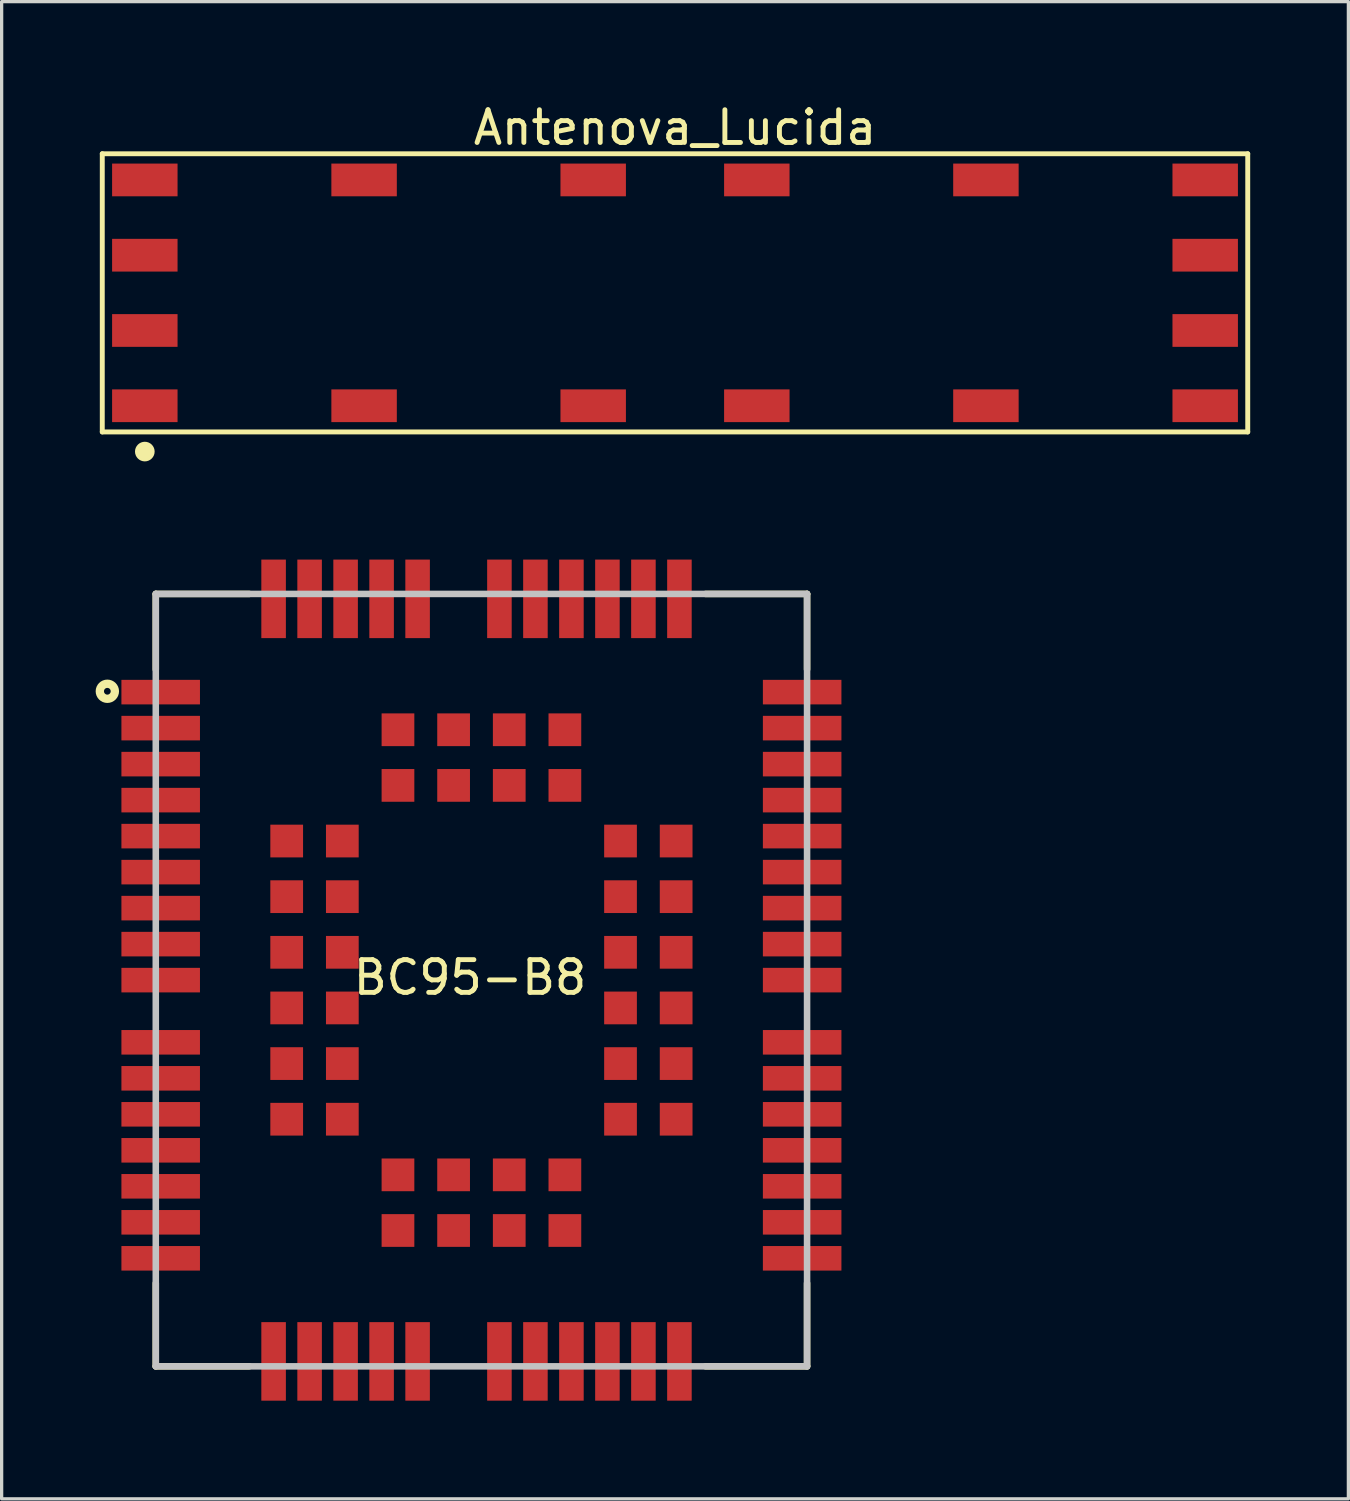
<source format=kicad_pcb>
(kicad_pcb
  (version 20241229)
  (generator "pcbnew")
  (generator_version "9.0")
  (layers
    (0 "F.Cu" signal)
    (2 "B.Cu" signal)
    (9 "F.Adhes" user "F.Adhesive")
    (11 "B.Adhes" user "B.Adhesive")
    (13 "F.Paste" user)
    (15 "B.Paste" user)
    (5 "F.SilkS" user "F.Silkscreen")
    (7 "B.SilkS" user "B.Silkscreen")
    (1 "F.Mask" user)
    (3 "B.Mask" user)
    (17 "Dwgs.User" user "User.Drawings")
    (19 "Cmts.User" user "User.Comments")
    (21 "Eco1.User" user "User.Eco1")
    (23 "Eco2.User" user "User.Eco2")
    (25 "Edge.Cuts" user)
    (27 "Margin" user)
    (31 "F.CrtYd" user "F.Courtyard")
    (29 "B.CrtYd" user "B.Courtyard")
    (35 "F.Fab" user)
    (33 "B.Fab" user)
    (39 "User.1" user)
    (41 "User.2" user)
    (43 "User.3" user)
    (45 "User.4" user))
  (footprint "BC95-B8"
    (layer "F.Cu")
    (at 11.66 15.098)
    (property "Reference" "BC95-B8" (at -0.349 11.719 0) (layer "F.SilkS") (effects (font (size 1 1) (thickness 0.15))))
    (attr smd)
    (fp_line (start -9.95 0) (end -9.95 2.308) (stroke (width 0.2) (type solid)) (layer "F.SilkS"))
    (fp_line (start -9.95 0) (end -7.095 0) (stroke (width 0.2) (type solid)) (layer "F.SilkS"))
    (fp_line (start -9.95 23.6) (end -9.95 21.059) (stroke (width 0.2) (type solid)) (layer "F.SilkS"))
    (fp_line (start -9.95 23.6) (end -7.095 23.6) (stroke (width 0.2) (type solid)) (layer "F.SilkS"))
    (fp_line (start 9.95 0) (end 6.85 0) (stroke (width 0.2) (type solid)) (layer "F.SilkS"))
    (fp_line (start 9.95 0) (end 9.95 2.308) (stroke (width 0.2) (type solid)) (layer "F.SilkS"))
    (fp_line (start 9.95 23.6) (end 6.85 23.6) (stroke (width 0.2) (type solid)) (layer "F.SilkS"))
    (fp_line (start 9.95 23.6) (end 9.95 21.059) (stroke (width 0.2) (type solid)) (layer "F.SilkS"))
    (fp_circle (center -11.43 2.974) (end -11.533 2.974) (stroke (width 0.254) (type solid)) (fill no) (layer "F.SilkS"))
    (fp_line (start -9.95 0) (end 9.95 0) (stroke (width 0.2) (type solid)) (layer "Dwgs.User"))
    (fp_line (start -9.95 23.6) (end -9.95 0) (stroke (width 0.2) (type solid)) (layer "Dwgs.User"))
    (fp_line (start 9.95 0) (end 9.95 23.6) (stroke (width 0.2) (type solid)) (layer "Dwgs.User"))
    (fp_line (start 9.95 23.6) (end -9.95 23.6) (stroke (width 0.2) (type solid)) (layer "Dwgs.User"))
    (pad "1" smd rect (at -9.8 3 90) (size 0.75 2.4) (layers "F.Cu" "F.Mask" "F.Paste"))
    (pad "2" smd rect (at -9.8 4.1 90) (size 0.75 2.4) (layers "F.Cu" "F.Mask" "F.Paste"))
    (pad "3" smd rect (at -9.8 5.2 90) (size 0.75 2.4) (layers "F.Cu" "F.Mask" "F.Paste"))
    (pad "4" smd rect (at -9.8 6.3 90) (size 0.75 2.4) (layers "F.Cu" "F.Mask" "F.Paste"))
    (pad "5" smd rect (at -9.8 7.4 90) (size 0.75 2.4) (layers "F.Cu" "F.Mask" "F.Paste"))
    (pad "6" smd rect (at -9.8 8.5 90) (size 0.75 2.4) (layers "F.Cu" "F.Mask" "F.Paste"))
    (pad "7" smd rect (at -9.8 9.6 90) (size 0.75 2.4) (layers "F.Cu" "F.Mask" "F.Paste"))
    (pad "8" smd rect (at -9.8 10.7 90) (size 0.75 2.4) (layers "F.Cu" "F.Mask" "F.Paste"))
    (pad "9" smd rect (at -9.8 11.8 90) (size 0.75 2.4) (layers "F.Cu" "F.Mask" "F.Paste"))
    (pad "10" smd rect (at -9.8 13.7 90) (size 0.75 2.4) (layers "F.Cu" "F.Mask" "F.Paste"))
    (pad "11" smd rect (at -9.8 14.8 90) (size 0.75 2.4) (layers "F.Cu" "F.Mask" "F.Paste"))
    (pad "12" smd rect (at -9.8 15.9 90) (size 0.75 2.4) (layers "F.Cu" "F.Mask" "F.Paste"))
    (pad "13" smd rect (at -9.8 17 90) (size 0.75 2.4) (layers "F.Cu" "F.Mask" "F.Paste"))
    (pad "14" smd rect (at -9.8 18.1 90) (size 0.75 2.4) (layers "F.Cu" "F.Mask" "F.Paste"))
    (pad "15" smd rect (at -9.8 19.2 90) (size 0.75 2.4) (layers "F.Cu" "F.Mask" "F.Paste"))
    (pad "16" smd rect (at -9.8 20.3 90) (size 0.75 2.4) (layers "F.Cu" "F.Mask" "F.Paste"))
    (pad "17" smd rect (at -6.35 23.45) (size 0.75 2.4) (layers "F.Cu" "F.Mask" "F.Paste"))
    (pad "18" smd rect (at -5.25 23.45) (size 0.75 2.4) (layers "F.Cu" "F.Mask" "F.Paste"))
    (pad "19" smd rect (at -4.15 23.45) (size 0.75 2.4) (layers "F.Cu" "F.Mask" "F.Paste"))
    (pad "20" smd rect (at -3.05 23.45) (size 0.75 2.4) (layers "F.Cu" "F.Mask" "F.Paste"))
    (pad "21" smd rect (at -1.95 23.45) (size 0.75 2.4) (layers "F.Cu" "F.Mask" "F.Paste"))
    (pad "22" smd rect (at 0.55 23.45) (size 0.75 2.4) (layers "F.Cu" "F.Mask" "F.Paste"))
    (pad "23" smd rect (at 1.65 23.45) (size 0.75 2.4) (layers "F.Cu" "F.Mask" "F.Paste"))
    (pad "24" smd rect (at 2.75 23.45) (size 0.75 2.4) (layers "F.Cu" "F.Mask" "F.Paste"))
    (pad "25" smd rect (at 3.85 23.45) (size 0.75 2.4) (layers "F.Cu" "F.Mask" "F.Paste"))
    (pad "26" smd rect (at 4.95 23.45) (size 0.75 2.4) (layers "F.Cu" "F.Mask" "F.Paste"))
    (pad "27" smd rect (at 6.05 23.45) (size 0.75 2.4) (layers "F.Cu" "F.Mask" "F.Paste"))
    (pad "28" smd rect (at 9.8 20.3 90) (size 0.75 2.4) (layers "F.Cu" "F.Mask" "F.Paste"))
    (pad "29" smd rect (at 9.8 19.2 90) (size 0.75 2.4) (layers "F.Cu" "F.Mask" "F.Paste"))
    (pad "30" smd rect (at 9.8 18.1 90) (size 0.75 2.4) (layers "F.Cu" "F.Mask" "F.Paste"))
    (pad "31" smd rect (at 9.8 17 90) (size 0.75 2.4) (layers "F.Cu" "F.Mask" "F.Paste"))
    (pad "32" smd rect (at 9.8 15.9 90) (size 0.75 2.4) (layers "F.Cu" "F.Mask" "F.Paste"))
    (pad "33" smd rect (at 9.8 14.8 90) (size 0.75 2.4) (layers "F.Cu" "F.Mask" "F.Paste"))
    (pad "34" smd rect (at 9.8 13.7 90) (size 0.75 2.4) (layers "F.Cu" "F.Mask" "F.Paste"))
    (pad "35" smd rect (at 9.8 11.8 90) (size 0.75 2.4) (layers "F.Cu" "F.Mask" "F.Paste"))
    (pad "36" smd rect (at 9.8 10.7 90) (size 0.75 2.4) (layers "F.Cu" "F.Mask" "F.Paste"))
    (pad "37" smd rect (at 9.8 9.6 90) (size 0.75 2.4) (layers "F.Cu" "F.Mask" "F.Paste"))
    (pad "38" smd rect (at 9.8 8.5 90) (size 0.75 2.4) (layers "F.Cu" "F.Mask" "F.Paste"))
    (pad "39" smd rect (at 9.8 7.4 90) (size 0.75 2.4) (layers "F.Cu" "F.Mask" "F.Paste"))
    (pad "40" smd rect (at 9.8 6.3 90) (size 0.75 2.4) (layers "F.Cu" "F.Mask" "F.Paste"))
    (pad "41" smd rect (at 9.8 5.2 90) (size 0.75 2.4) (layers "F.Cu" "F.Mask" "F.Paste"))
    (pad "42" smd rect (at 9.8 4.1 90) (size 0.75 2.4) (layers "F.Cu" "F.Mask" "F.Paste"))
    (pad "43" smd rect (at 9.8 3 90) (size 0.75 2.4) (layers "F.Cu" "F.Mask" "F.Paste"))
    (pad "44" smd rect (at 6.05 0.15) (size 0.75 2.4) (layers "F.Cu" "F.Mask" "F.Paste"))
    (pad "45" smd rect (at 4.95 0.15) (size 0.75 2.4) (layers "F.Cu" "F.Mask" "F.Paste"))
    (pad "46" smd rect (at 3.85 0.15) (size 0.75 2.4) (layers "F.Cu" "F.Mask" "F.Paste"))
    (pad "47" smd rect (at 2.75 0.15) (size 0.75 2.4) (layers "F.Cu" "F.Mask" "F.Paste"))
    (pad "48" smd rect (at 1.65 0.15) (size 0.75 2.4) (layers "F.Cu" "F.Mask" "F.Paste"))
    (pad "49" smd rect (at 0.55 0.15) (size 0.75 2.4) (layers "F.Cu" "F.Mask" "F.Paste"))
    (pad "50" smd rect (at -1.95 0.15) (size 0.75 2.4) (layers "F.Cu" "F.Mask" "F.Paste"))
    (pad "51" smd rect (at -3.05 0.15) (size 0.75 2.4) (layers "F.Cu" "F.Mask" "F.Paste"))
    (pad "52" smd rect (at -4.15 0.15) (size 0.75 2.4) (layers "F.Cu" "F.Mask" "F.Paste"))
    (pad "53" smd rect (at -5.25 0.15) (size 0.75 2.4) (layers "F.Cu" "F.Mask" "F.Paste"))
    (pad "54" smd rect (at -6.35 0.15) (size 0.75 2.4) (layers "F.Cu" "F.Mask" "F.Paste"))
    (pad "55" smd rect (at -5.95 7.55 90) (size 1 1) (layers "F.Cu" "F.Mask" "F.Paste"))
    (pad "56" smd rect (at -5.95 9.25 90) (size 1 1) (layers "F.Cu" "F.Mask" "F.Paste"))
    (pad "57" smd rect (at -5.95 10.95 90) (size 1 1) (layers "F.Cu" "F.Mask" "F.Paste"))
    (pad "58" smd rect (at -5.95 12.65 90) (size 1 1) (layers "F.Cu" "F.Mask" "F.Paste"))
    (pad "59" smd rect (at -5.95 14.35 90) (size 1 1) (layers "F.Cu" "F.Mask" "F.Paste"))
    (pad "60" smd rect (at -5.95 16.05 90) (size 1 1) (layers "F.Cu" "F.Mask" "F.Paste"))
    (pad "61" smd rect (at -2.55 19.45 90) (size 1 1) (layers "F.Cu" "F.Mask" "F.Paste"))
    (pad "62" smd rect (at -0.85 19.45 90) (size 1 1) (layers "F.Cu" "F.Mask" "F.Paste"))
    (pad "63" smd rect (at 0.85 19.45 90) (size 1 1) (layers "F.Cu" "F.Mask" "F.Paste"))
    (pad "64" smd rect (at 2.55 19.45 90) (size 1 1) (layers "F.Cu" "F.Mask" "F.Paste"))
    (pad "65" smd rect (at 5.95 16.05 90) (size 1 1) (layers "F.Cu" "F.Mask" "F.Paste"))
    (pad "66" smd rect (at 5.95 14.35 90) (size 1 1) (layers "F.Cu" "F.Mask" "F.Paste"))
    (pad "67" smd rect (at 5.95 12.65 90) (size 1 1) (layers "F.Cu" "F.Mask" "F.Paste"))
    (pad "68" smd rect (at 5.95 10.95 90) (size 1 1) (layers "F.Cu" "F.Mask" "F.Paste"))
    (pad "69" smd rect (at 5.95 9.25 90) (size 1 1) (layers "F.Cu" "F.Mask" "F.Paste"))
    (pad "70" smd rect (at 5.95 7.55 90) (size 1 1) (layers "F.Cu" "F.Mask" "F.Paste"))
    (pad "71" smd rect (at 2.55 4.15 90) (size 1 1) (layers "F.Cu" "F.Mask" "F.Paste"))
    (pad "72" smd rect (at 0.85 4.15 90) (size 1 1) (layers "F.Cu" "F.Mask" "F.Paste"))
    (pad "73" smd rect (at -0.85 4.15 90) (size 1 1) (layers "F.Cu" "F.Mask" "F.Paste"))
    (pad "74" smd rect (at -2.55 4.15 90) (size 1 1) (layers "F.Cu" "F.Mask" "F.Paste"))
    (pad "75" smd rect (at -4.25 7.55 90) (size 1 1) (layers "F.Cu" "F.Mask" "F.Paste"))
    (pad "76" smd rect (at -4.25 9.25 90) (size 1 1) (layers "F.Cu" "F.Mask" "F.Paste"))
    (pad "77" smd rect (at -4.25 10.95 90) (size 1 1) (layers "F.Cu" "F.Mask" "F.Paste"))
    (pad "78" smd rect (at -4.25 12.65 90) (size 1 1) (layers "F.Cu" "F.Mask" "F.Paste"))
    (pad "79" smd rect (at -4.25 14.35 90) (size 1 1) (layers "F.Cu" "F.Mask" "F.Paste"))
    (pad "80" smd rect (at -4.25 16.05 90) (size 1 1) (layers "F.Cu" "F.Mask" "F.Paste"))
    (pad "81" smd rect (at -2.55 17.75 90) (size 1 1) (layers "F.Cu" "F.Mask" "F.Paste"))
    (pad "82" smd rect (at -0.85 17.75 90) (size 1 1) (layers "F.Cu" "F.Mask" "F.Paste"))
    (pad "83" smd rect (at 0.85 17.75 90) (size 1 1) (layers "F.Cu" "F.Mask" "F.Paste"))
    (pad "84" smd rect (at 2.55 17.75 90) (size 1 1) (layers "F.Cu" "F.Mask" "F.Paste"))
    (pad "85" smd rect (at 4.25 16.05 90) (size 1 1) (layers "F.Cu" "F.Mask" "F.Paste"))
    (pad "86" smd rect (at 4.25 14.35 90) (size 1 1) (layers "F.Cu" "F.Mask" "F.Paste"))
    (pad "87" smd rect (at 4.25 12.65 90) (size 1 1) (layers "F.Cu" "F.Mask" "F.Paste"))
    (pad "88" smd rect (at 4.25 10.95 90) (size 1 1) (layers "F.Cu" "F.Mask" "F.Paste"))
    (pad "89" smd rect (at 4.25 9.25 90) (size 1 1) (layers "F.Cu" "F.Mask" "F.Paste"))
    (pad "90" smd rect (at 4.25 7.55 90) (size 1 1) (layers "F.Cu" "F.Mask" "F.Paste"))
    (pad "91" smd rect (at 2.55 5.85 90) (size 1 1) (layers "F.Cu" "F.Mask" "F.Paste"))
    (pad "92" smd rect (at 0.85 5.85 90) (size 1 1) (layers "F.Cu" "F.Mask" "F.Paste"))
    (pad "93" smd rect (at -0.85 5.85 90) (size 1 1) (layers "F.Cu" "F.Mask" "F.Paste"))
    (pad "94" smd rect (at -2.55 5.85 90) (size 1 1) (layers "F.Cu" "F.Mask" "F.Paste")))
  (footprint "Antenova_Lucida"
    (layer "F.Cu")
    (at 17.575 5.848)
    (property "Reference" "Antenova_Lucida" (at 0 -5 0) (layer "F.SilkS") (effects (font (size 1 1) (thickness 0.15))))
    (attr through_hole)
    (fp_line (start -17.5 -4.2) (end -17.5 4.3) (stroke (width 0.15) (type solid)) (layer "F.SilkS"))
    (fp_line (start -17.5 4.3) (end 17.5 4.3) (stroke (width 0.15) (type solid)) (layer "F.SilkS"))
    (fp_line (start 17.5 -4.2) (end -17.5 -4.2) (stroke (width 0.15) (type solid)) (layer "F.SilkS"))
    (fp_line (start 17.5 4.3) (end 17.5 -4.2) (stroke (width 0.15) (type solid)) (layer "F.SilkS"))
    (fp_circle (center -16.2 4.9) (end -16.05 4.9) (stroke (width 0.3) (type solid)) (fill no) (layer "F.SilkS"))
    (pad "1" smd rect (at -16.2 3.5) (size 2 1) (layers "F.Cu" "F.Mask" "F.Paste"))
    (pad "2" smd rect (at -9.5 3.5) (size 2 1) (layers "F.Cu" "F.Mask" "F.Paste"))
    (pad "3" smd rect (at -2.5 3.5) (size 2 1) (layers "F.Cu" "F.Mask" "F.Paste"))
    (pad "4" smd rect (at 2.5 3.5) (size 2 1) (layers "F.Cu" "F.Mask" "F.Paste"))
    (pad "5" smd rect (at 9.5 3.5) (size 2 1) (layers "F.Cu" "F.Mask" "F.Paste"))
    (pad "6" smd rect (at 16.2 3.5) (size 2 1) (layers "F.Cu" "F.Mask" "F.Paste"))
    (pad "7" smd rect (at 16.2 1.2) (size 2 1) (layers "F.Cu" "F.Mask" "F.Paste"))
    (pad "8" smd rect (at 16.2 -1.1) (size 2 1) (layers "F.Cu" "F.Mask" "F.Paste"))
    (pad "9" smd rect (at 16.2 -3.4) (size 2 1) (layers "F.Cu" "F.Mask" "F.Paste"))
    (pad "10" smd rect (at 9.5 -3.4) (size 2 1) (layers "F.Cu" "F.Mask" "F.Paste"))
    (pad "11" smd rect (at 2.5 -3.4) (size 2 1) (layers "F.Cu" "F.Mask" "F.Paste"))
    (pad "12" smd rect (at -2.5 -3.4) (size 2 1) (layers "F.Cu" "F.Mask" "F.Paste"))
    (pad "13" smd rect (at -9.5 -3.4) (size 2 1) (layers "F.Cu" "F.Mask" "F.Paste"))
    (pad "14" smd rect (at -16.2 -3.4) (size 2 1) (layers "F.Cu" "F.Mask" "F.Paste"))
    (pad "15" smd rect (at -16.2 -1.1) (size 2 1) (layers "F.Cu" "F.Mask" "F.Paste"))
    (pad "16" smd rect (at -16.2 1.2) (size 2 1) (layers "F.Cu" "F.Mask" "F.Paste")))
  (gr_rect
    (start -3 -3)
    (end 38.15 42.748)
    (stroke (width 0.1) (type default))
    (fill no)
    (layer "Edge.Cuts")))
</source>
